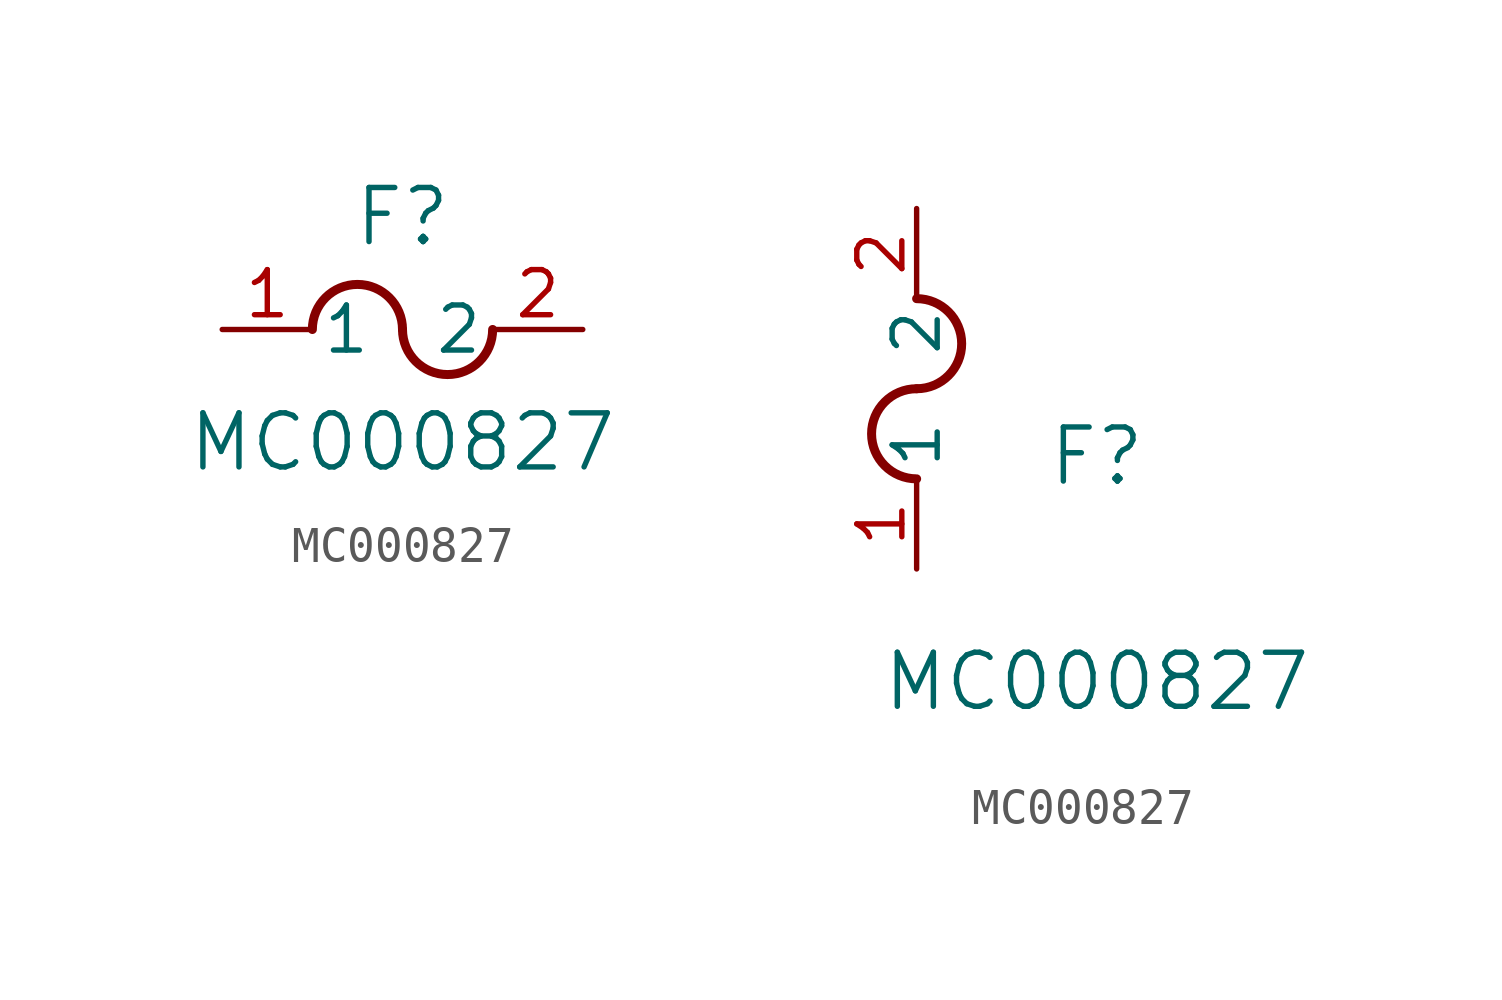
<source format=kicad_sym>
(kicad_symbol_lib
  (version 20211014)
  (generator kicad_symbol_editor)
  (symbol "MC000827"
    (pin_names
      (offset 0.254))
    (property "Reference" "F"
      (at 5.08 3.175 0)
      (effects (font (size 1.524 1.524))))
    (property "Value" "MC000827"
      (at 5.08 -3.175 0)
      (effects (font (size 1.524 1.524))))
    (symbol "MC000827_1_1"
      (arc (start 5.08 0) (mid 3.81 1.27) (end 2.54 0) (stroke (width 0.254) (type default) (color 0 0 0 0)) (fill (type none)))
      (arc (start 5.08 0) (mid 6.35 -1.27) (end 7.62 0) (stroke (width 0.254) (type default) (color 0 0 0 0)) (fill (type none)))
      (pin unspecified line (at 0 0 0) (length 2.54) (name "1" (effects (font (size 1.27 1.27)))) (number "1" (effects (font (size 1.27 1.27)))))
      (pin unspecified line (at 10.16 0 180) (length 2.54) (name "2" (effects (font (size 1.27 1.27)))) (number "2" (effects (font (size 1.27 1.27))))))
    (symbol "MC000827_1_2"
      (arc (start 0 5.08) (mid -1.27 3.81) (end 0 2.54) (stroke (width 0.254) (type default) (color 0 0 0 0)) (fill (type none)))
      (arc (start 0 5.08) (mid 1.27 6.35) (end 0 7.62) (stroke (width 0.254) (type default) (color 0 0 0 0)) (fill (type none)))
      (pin unspecified line (at 0 0 90) (length 2.54) (name "1" (effects (font (size 1.27 1.27)))) (number "1" (effects (font (size 1.27 1.27)))))
      (pin unspecified line (at 0 10.16 270) (length 2.54) (name "2" (effects (font (size 1.27 1.27)))) (number "2" (effects (font (size 1.27 1.27))))))))
</source>
